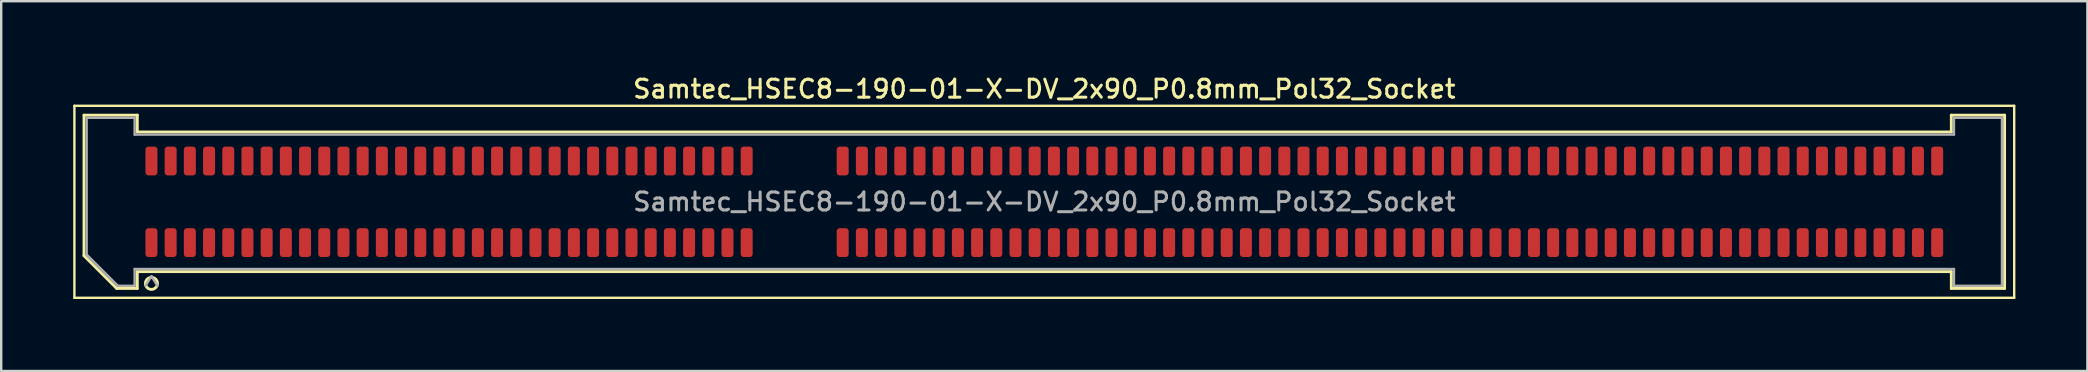
<source format=kicad_pcb>
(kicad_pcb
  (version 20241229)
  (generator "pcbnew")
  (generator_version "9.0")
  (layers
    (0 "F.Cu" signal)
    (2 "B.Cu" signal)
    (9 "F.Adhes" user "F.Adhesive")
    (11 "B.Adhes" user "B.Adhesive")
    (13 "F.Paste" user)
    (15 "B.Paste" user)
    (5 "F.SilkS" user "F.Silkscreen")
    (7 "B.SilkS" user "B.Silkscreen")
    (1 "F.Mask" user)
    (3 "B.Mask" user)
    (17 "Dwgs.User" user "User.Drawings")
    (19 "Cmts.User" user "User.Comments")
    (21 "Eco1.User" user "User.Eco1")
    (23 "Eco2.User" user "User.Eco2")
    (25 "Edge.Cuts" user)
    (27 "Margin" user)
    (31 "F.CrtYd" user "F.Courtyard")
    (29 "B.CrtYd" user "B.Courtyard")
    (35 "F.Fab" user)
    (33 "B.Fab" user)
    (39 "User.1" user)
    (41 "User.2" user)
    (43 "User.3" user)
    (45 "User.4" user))
  (footprint "Samtec_HSEC8-190-01-X-DV_2x90_P0.8mm_Pol32_Socket"
    (layer "F.Cu")
    (at 40.46 5.358)
    (property "Reference" "Samtec_HSEC8-190-01-X-DV_2x90_P0.8mm_Pol32_Socket" (at 0 -4.7 0) (layer "F.SilkS") (effects (font (size 0.75 0.75) (thickness 0.125))))
    (attr smd)
    (fp_line (start -40.41 -4) (end -40.41 4) (stroke (width 0.1) (type solid)) (layer "F.SilkS"))
    (fp_line (start -40.41 4) (end 40.41 4) (stroke (width 0.1) (type solid)) (layer "F.SilkS"))
    (fp_line (start -40.01 -3.61) (end -37.79 -3.61) (stroke (width 0.12) (type solid)) (layer "F.SilkS"))
    (fp_line (start -40.01 2.246) (end -40.01 -3.61) (stroke (width 0.12) (type solid)) (layer "F.SilkS"))
    (fp_line (start -38.646 3.61) (end -40.01 2.246) (stroke (width 0.12) (type solid)) (layer "F.SilkS"))
    (fp_line (start -37.79 -3.61) (end -37.79 -2.91) (stroke (width 0.12) (type solid)) (layer "F.SilkS"))
    (fp_line (start -37.79 -2.91) (end 37.79 -2.91) (stroke (width 0.12) (type solid)) (layer "F.SilkS"))
    (fp_line (start -37.79 2.91) (end -37.79 3.61) (stroke (width 0.12) (type solid)) (layer "F.SilkS"))
    (fp_line (start -37.79 3.61) (end -38.646 3.61) (stroke (width 0.12) (type solid)) (layer "F.SilkS"))
    (fp_line (start 37.79 -3.61) (end 40.01 -3.61) (stroke (width 0.12) (type solid)) (layer "F.SilkS"))
    (fp_line (start 37.79 -2.91) (end 37.79 -3.61) (stroke (width 0.12) (type solid)) (layer "F.SilkS"))
    (fp_line (start 37.79 2.91) (end -37.79 2.91) (stroke (width 0.12) (type solid)) (layer "F.SilkS"))
    (fp_line (start 37.79 3.61) (end 37.79 2.91) (stroke (width 0.12) (type solid)) (layer "F.SilkS"))
    (fp_line (start 40.01 -3.61) (end 40.01 3.61) (stroke (width 0.12) (type solid)) (layer "F.SilkS"))
    (fp_line (start 40.01 3.61) (end 37.79 3.61) (stroke (width 0.12) (type solid)) (layer "F.SilkS"))
    (fp_line (start 40.41 -4) (end -40.41 -4) (stroke (width 0.1) (type solid)) (layer "F.SilkS"))
    (fp_line (start 40.41 4) (end 40.41 -4) (stroke (width 0.1) (type solid)) (layer "F.SilkS"))
    (fp_arc (start -36.95 3.4) (mid -37.45 3.4) (end -36.95 3.4) (stroke (width 0.12) (type solid)) (layer "F.SilkS"))
    (fp_line (start -39.9 -3.5) (end -37.9 -3.5) (stroke (width 0.1) (type solid)) (layer "F.Fab"))
    (fp_line (start -39.9 2.2) (end -39.9 -3.5) (stroke (width 0.1) (type solid)) (layer "F.Fab"))
    (fp_line (start -38.6 3.5) (end -39.9 2.2) (stroke (width 0.1) (type solid)) (layer "F.Fab"))
    (fp_line (start -37.9 -3.5) (end -37.9 -2.8) (stroke (width 0.1) (type solid)) (layer "F.Fab"))
    (fp_line (start -37.9 -2.8) (end 37.9 -2.8) (stroke (width 0.1) (type solid)) (layer "F.Fab"))
    (fp_line (start -37.9 2.8) (end -37.9 3.5) (stroke (width 0.1) (type solid)) (layer "F.Fab"))
    (fp_line (start -37.9 3.5) (end -38.6 3.5) (stroke (width 0.1) (type solid)) (layer "F.Fab"))
    (fp_line (start -37.2 3.1) (end -37.45 3.5) (stroke (width 0.1) (type solid)) (layer "F.Fab"))
    (fp_line (start -37.2 3.1) (end -36.95 3.5) (stroke (width 0.1) (type solid)) (layer "F.Fab"))
    (fp_line (start 37.9 -3.5) (end 39.9 -3.5) (stroke (width 0.1) (type solid)) (layer "F.Fab"))
    (fp_line (start 37.9 -2.8) (end 37.9 -3.5) (stroke (width 0.1) (type solid)) (layer "F.Fab"))
    (fp_line (start 37.9 2.8) (end -37.9 2.8) (stroke (width 0.1) (type solid)) (layer "F.Fab"))
    (fp_line (start 37.9 3.5) (end 37.9 2.8) (stroke (width 0.1) (type solid)) (layer "F.Fab"))
    (fp_line (start 39.9 -3.5) (end 39.9 3.5) (stroke (width 0.1) (type solid)) (layer "F.Fab"))
    (fp_line (start 39.9 3.5) (end 37.9 3.5) (stroke (width 0.1) (type solid)) (layer "F.Fab"))
    (fp_text user "${REFERENCE}" (at 0 0 0) (layer "F.Fab") (effects (font (size 0.75 0.75) (thickness 0.125))))
    (pad "1" smd roundrect (at -37.2 1.7) (size 0.5 1.2) (layers "F.Cu" "F.Mask" "F.Paste") (roundrect_rratio 0.25))
    (pad "2" smd roundrect (at -37.2 -1.7) (size 0.5 1.2) (layers "F.Cu" "F.Mask" "F.Paste") (roundrect_rratio 0.25))
    (pad "3" smd roundrect (at -36.4 1.7) (size 0.5 1.2) (layers "F.Cu" "F.Mask" "F.Paste") (roundrect_rratio 0.25))
    (pad "4" smd roundrect (at -36.4 -1.7) (size 0.5 1.2) (layers "F.Cu" "F.Mask" "F.Paste") (roundrect_rratio 0.25))
    (pad "5" smd roundrect (at -35.6 1.7) (size 0.5 1.2) (layers "F.Cu" "F.Mask" "F.Paste") (roundrect_rratio 0.25))
    (pad "6" smd roundrect (at -35.6 -1.7) (size 0.5 1.2) (layers "F.Cu" "F.Mask" "F.Paste") (roundrect_rratio 0.25))
    (pad "7" smd roundrect (at -34.8 1.7) (size 0.5 1.2) (layers "F.Cu" "F.Mask" "F.Paste") (roundrect_rratio 0.25))
    (pad "8" smd roundrect (at -34.8 -1.7) (size 0.5 1.2) (layers "F.Cu" "F.Mask" "F.Paste") (roundrect_rratio 0.25))
    (pad "9" smd roundrect (at -34 1.7) (size 0.5 1.2) (layers "F.Cu" "F.Mask" "F.Paste") (roundrect_rratio 0.25))
    (pad "10" smd roundrect (at -34 -1.7) (size 0.5 1.2) (layers "F.Cu" "F.Mask" "F.Paste") (roundrect_rratio 0.25))
    (pad "11" smd roundrect (at -33.2 1.7) (size 0.5 1.2) (layers "F.Cu" "F.Mask" "F.Paste") (roundrect_rratio 0.25))
    (pad "12" smd roundrect (at -33.2 -1.7) (size 0.5 1.2) (layers "F.Cu" "F.Mask" "F.Paste") (roundrect_rratio 0.25))
    (pad "13" smd roundrect (at -32.4 1.7) (size 0.5 1.2) (layers "F.Cu" "F.Mask" "F.Paste") (roundrect_rratio 0.25))
    (pad "14" smd roundrect (at -32.4 -1.7) (size 0.5 1.2) (layers "F.Cu" "F.Mask" "F.Paste") (roundrect_rratio 0.25))
    (pad "15" smd roundrect (at -31.6 1.7) (size 0.5 1.2) (layers "F.Cu" "F.Mask" "F.Paste") (roundrect_rratio 0.25))
    (pad "16" smd roundrect (at -31.6 -1.7) (size 0.5 1.2) (layers "F.Cu" "F.Mask" "F.Paste") (roundrect_rratio 0.25))
    (pad "17" smd roundrect (at -30.8 1.7) (size 0.5 1.2) (layers "F.Cu" "F.Mask" "F.Paste") (roundrect_rratio 0.25))
    (pad "18" smd roundrect (at -30.8 -1.7) (size 0.5 1.2) (layers "F.Cu" "F.Mask" "F.Paste") (roundrect_rratio 0.25))
    (pad "19" smd roundrect (at -30 1.7) (size 0.5 1.2) (layers "F.Cu" "F.Mask" "F.Paste") (roundrect_rratio 0.25))
    (pad "20" smd roundrect (at -30 -1.7) (size 0.5 1.2) (layers "F.Cu" "F.Mask" "F.Paste") (roundrect_rratio 0.25))
    (pad "21" smd roundrect (at -29.2 1.7) (size 0.5 1.2) (layers "F.Cu" "F.Mask" "F.Paste") (roundrect_rratio 0.25))
    (pad "22" smd roundrect (at -29.2 -1.7) (size 0.5 1.2) (layers "F.Cu" "F.Mask" "F.Paste") (roundrect_rratio 0.25))
    (pad "23" smd roundrect (at -28.4 1.7) (size 0.5 1.2) (layers "F.Cu" "F.Mask" "F.Paste") (roundrect_rratio 0.25))
    (pad "24" smd roundrect (at -28.4 -1.7) (size 0.5 1.2) (layers "F.Cu" "F.Mask" "F.Paste") (roundrect_rratio 0.25))
    (pad "25" smd roundrect (at -27.6 1.7) (size 0.5 1.2) (layers "F.Cu" "F.Mask" "F.Paste") (roundrect_rratio 0.25))
    (pad "26" smd roundrect (at -27.6 -1.7) (size 0.5 1.2) (layers "F.Cu" "F.Mask" "F.Paste") (roundrect_rratio 0.25))
    (pad "27" smd roundrect (at -26.8 1.7) (size 0.5 1.2) (layers "F.Cu" "F.Mask" "F.Paste") (roundrect_rratio 0.25))
    (pad "28" smd roundrect (at -26.8 -1.7) (size 0.5 1.2) (layers "F.Cu" "F.Mask" "F.Paste") (roundrect_rratio 0.25))
    (pad "29" smd roundrect (at -26 1.7) (size 0.5 1.2) (layers "F.Cu" "F.Mask" "F.Paste") (roundrect_rratio 0.25))
    (pad "30" smd roundrect (at -26 -1.7) (size 0.5 1.2) (layers "F.Cu" "F.Mask" "F.Paste") (roundrect_rratio 0.25))
    (pad "31" smd roundrect (at -25.2 1.7) (size 0.5 1.2) (layers "F.Cu" "F.Mask" "F.Paste") (roundrect_rratio 0.25))
    (pad "32" smd roundrect (at -25.2 -1.7) (size 0.5 1.2) (layers "F.Cu" "F.Mask" "F.Paste") (roundrect_rratio 0.25))
    (pad "33" smd roundrect (at -24.4 1.7) (size 0.5 1.2) (layers "F.Cu" "F.Mask" "F.Paste") (roundrect_rratio 0.25))
    (pad "34" smd roundrect (at -24.4 -1.7) (size 0.5 1.2) (layers "F.Cu" "F.Mask" "F.Paste") (roundrect_rratio 0.25))
    (pad "35" smd roundrect (at -23.6 1.7) (size 0.5 1.2) (layers "F.Cu" "F.Mask" "F.Paste") (roundrect_rratio 0.25))
    (pad "36" smd roundrect (at -23.6 -1.7) (size 0.5 1.2) (layers "F.Cu" "F.Mask" "F.Paste") (roundrect_rratio 0.25))
    (pad "37" smd roundrect (at -22.8 1.7) (size 0.5 1.2) (layers "F.Cu" "F.Mask" "F.Paste") (roundrect_rratio 0.25))
    (pad "38" smd roundrect (at -22.8 -1.7) (size 0.5 1.2) (layers "F.Cu" "F.Mask" "F.Paste") (roundrect_rratio 0.25))
    (pad "39" smd roundrect (at -22 1.7) (size 0.5 1.2) (layers "F.Cu" "F.Mask" "F.Paste") (roundrect_rratio 0.25))
    (pad "40" smd roundrect (at -22 -1.7) (size 0.5 1.2) (layers "F.Cu" "F.Mask" "F.Paste") (roundrect_rratio 0.25))
    (pad "41" smd roundrect (at -21.2 1.7) (size 0.5 1.2) (layers "F.Cu" "F.Mask" "F.Paste") (roundrect_rratio 0.25))
    (pad "42" smd roundrect (at -21.2 -1.7) (size 0.5 1.2) (layers "F.Cu" "F.Mask" "F.Paste") (roundrect_rratio 0.25))
    (pad "43" smd roundrect (at -20.4 1.7) (size 0.5 1.2) (layers "F.Cu" "F.Mask" "F.Paste") (roundrect_rratio 0.25))
    (pad "44" smd roundrect (at -20.4 -1.7) (size 0.5 1.2) (layers "F.Cu" "F.Mask" "F.Paste") (roundrect_rratio 0.25))
    (pad "45" smd roundrect (at -19.6 1.7) (size 0.5 1.2) (layers "F.Cu" "F.Mask" "F.Paste") (roundrect_rratio 0.25))
    (pad "46" smd roundrect (at -19.6 -1.7) (size 0.5 1.2) (layers "F.Cu" "F.Mask" "F.Paste") (roundrect_rratio 0.25))
    (pad "47" smd roundrect (at -18.8 1.7) (size 0.5 1.2) (layers "F.Cu" "F.Mask" "F.Paste") (roundrect_rratio 0.25))
    (pad "48" smd roundrect (at -18.8 -1.7) (size 0.5 1.2) (layers "F.Cu" "F.Mask" "F.Paste") (roundrect_rratio 0.25))
    (pad "49" smd roundrect (at -18 1.7) (size 0.5 1.2) (layers "F.Cu" "F.Mask" "F.Paste") (roundrect_rratio 0.25))
    (pad "50" smd roundrect (at -18 -1.7) (size 0.5 1.2) (layers "F.Cu" "F.Mask" "F.Paste") (roundrect_rratio 0.25))
    (pad "51" smd roundrect (at -17.2 1.7) (size 0.5 1.2) (layers "F.Cu" "F.Mask" "F.Paste") (roundrect_rratio 0.25))
    (pad "52" smd roundrect (at -17.2 -1.7) (size 0.5 1.2) (layers "F.Cu" "F.Mask" "F.Paste") (roundrect_rratio 0.25))
    (pad "53" smd roundrect (at -16.4 1.7) (size 0.5 1.2) (layers "F.Cu" "F.Mask" "F.Paste") (roundrect_rratio 0.25))
    (pad "54" smd roundrect (at -16.4 -1.7) (size 0.5 1.2) (layers "F.Cu" "F.Mask" "F.Paste") (roundrect_rratio 0.25))
    (pad "55" smd roundrect (at -15.6 1.7) (size 0.5 1.2) (layers "F.Cu" "F.Mask" "F.Paste") (roundrect_rratio 0.25))
    (pad "56" smd roundrect (at -15.6 -1.7) (size 0.5 1.2) (layers "F.Cu" "F.Mask" "F.Paste") (roundrect_rratio 0.25))
    (pad "57" smd roundrect (at -14.8 1.7) (size 0.5 1.2) (layers "F.Cu" "F.Mask" "F.Paste") (roundrect_rratio 0.25))
    (pad "58" smd roundrect (at -14.8 -1.7) (size 0.5 1.2) (layers "F.Cu" "F.Mask" "F.Paste") (roundrect_rratio 0.25))
    (pad "59" smd roundrect (at -14 1.7) (size 0.5 1.2) (layers "F.Cu" "F.Mask" "F.Paste") (roundrect_rratio 0.25))
    (pad "60" smd roundrect (at -14 -1.7) (size 0.5 1.2) (layers "F.Cu" "F.Mask" "F.Paste") (roundrect_rratio 0.25))
    (pad "61" smd roundrect (at -13.2 1.7) (size 0.5 1.2) (layers "F.Cu" "F.Mask" "F.Paste") (roundrect_rratio 0.25))
    (pad "62" smd roundrect (at -13.2 -1.7) (size 0.5 1.2) (layers "F.Cu" "F.Mask" "F.Paste") (roundrect_rratio 0.25))
    (pad "63" smd roundrect (at -12.4 1.7) (size 0.5 1.2) (layers "F.Cu" "F.Mask" "F.Paste") (roundrect_rratio 0.25))
    (pad "64" smd roundrect (at -12.4 -1.7) (size 0.5 1.2) (layers "F.Cu" "F.Mask" "F.Paste") (roundrect_rratio 0.25))
    (pad "65" smd roundrect (at -8.4 1.7) (size 0.5 1.2) (layers "F.Cu" "F.Mask" "F.Paste") (roundrect_rratio 0.25))
    (pad "66" smd roundrect (at -8.4 -1.7) (size 0.5 1.2) (layers "F.Cu" "F.Mask" "F.Paste") (roundrect_rratio 0.25))
    (pad "67" smd roundrect (at -7.6 1.7) (size 0.5 1.2) (layers "F.Cu" "F.Mask" "F.Paste") (roundrect_rratio 0.25))
    (pad "68" smd roundrect (at -7.6 -1.7) (size 0.5 1.2) (layers "F.Cu" "F.Mask" "F.Paste") (roundrect_rratio 0.25))
    (pad "69" smd roundrect (at -6.8 1.7) (size 0.5 1.2) (layers "F.Cu" "F.Mask" "F.Paste") (roundrect_rratio 0.25))
    (pad "70" smd roundrect (at -6.8 -1.7) (size 0.5 1.2) (layers "F.Cu" "F.Mask" "F.Paste") (roundrect_rratio 0.25))
    (pad "71" smd roundrect (at -6 1.7) (size 0.5 1.2) (layers "F.Cu" "F.Mask" "F.Paste") (roundrect_rratio 0.25))
    (pad "72" smd roundrect (at -6 -1.7) (size 0.5 1.2) (layers "F.Cu" "F.Mask" "F.Paste") (roundrect_rratio 0.25))
    (pad "73" smd roundrect (at -5.2 1.7) (size 0.5 1.2) (layers "F.Cu" "F.Mask" "F.Paste") (roundrect_rratio 0.25))
    (pad "74" smd roundrect (at -5.2 -1.7) (size 0.5 1.2) (layers "F.Cu" "F.Mask" "F.Paste") (roundrect_rratio 0.25))
    (pad "75" smd roundrect (at -4.4 1.7) (size 0.5 1.2) (layers "F.Cu" "F.Mask" "F.Paste") (roundrect_rratio 0.25))
    (pad "76" smd roundrect (at -4.4 -1.7) (size 0.5 1.2) (layers "F.Cu" "F.Mask" "F.Paste") (roundrect_rratio 0.25))
    (pad "77" smd roundrect (at -3.6 1.7) (size 0.5 1.2) (layers "F.Cu" "F.Mask" "F.Paste") (roundrect_rratio 0.25))
    (pad "78" smd roundrect (at -3.6 -1.7) (size 0.5 1.2) (layers "F.Cu" "F.Mask" "F.Paste") (roundrect_rratio 0.25))
    (pad "79" smd roundrect (at -2.8 1.7) (size 0.5 1.2) (layers "F.Cu" "F.Mask" "F.Paste") (roundrect_rratio 0.25))
    (pad "80" smd roundrect (at -2.8 -1.7) (size 0.5 1.2) (layers "F.Cu" "F.Mask" "F.Paste") (roundrect_rratio 0.25))
    (pad "81" smd roundrect (at -2 1.7) (size 0.5 1.2) (layers "F.Cu" "F.Mask" "F.Paste") (roundrect_rratio 0.25))
    (pad "82" smd roundrect (at -2 -1.7) (size 0.5 1.2) (layers "F.Cu" "F.Mask" "F.Paste") (roundrect_rratio 0.25))
    (pad "83" smd roundrect (at -1.2 1.7) (size 0.5 1.2) (layers "F.Cu" "F.Mask" "F.Paste") (roundrect_rratio 0.25))
    (pad "84" smd roundrect (at -1.2 -1.7) (size 0.5 1.2) (layers "F.Cu" "F.Mask" "F.Paste") (roundrect_rratio 0.25))
    (pad "85" smd roundrect (at -0.4 1.7) (size 0.5 1.2) (layers "F.Cu" "F.Mask" "F.Paste") (roundrect_rratio 0.25))
    (pad "86" smd roundrect (at -0.4 -1.7) (size 0.5 1.2) (layers "F.Cu" "F.Mask" "F.Paste") (roundrect_rratio 0.25))
    (pad "87" smd roundrect (at 0.4 1.7) (size 0.5 1.2) (layers "F.Cu" "F.Mask" "F.Paste") (roundrect_rratio 0.25))
    (pad "88" smd roundrect (at 0.4 -1.7) (size 0.5 1.2) (layers "F.Cu" "F.Mask" "F.Paste") (roundrect_rratio 0.25))
    (pad "89" smd roundrect (at 1.2 1.7) (size 0.5 1.2) (layers "F.Cu" "F.Mask" "F.Paste") (roundrect_rratio 0.25))
    (pad "90" smd roundrect (at 1.2 -1.7) (size 0.5 1.2) (layers "F.Cu" "F.Mask" "F.Paste") (roundrect_rratio 0.25))
    (pad "91" smd roundrect (at 2 1.7) (size 0.5 1.2) (layers "F.Cu" "F.Mask" "F.Paste") (roundrect_rratio 0.25))
    (pad "92" smd roundrect (at 2 -1.7) (size 0.5 1.2) (layers "F.Cu" "F.Mask" "F.Paste") (roundrect_rratio 0.25))
    (pad "93" smd roundrect (at 2.8 1.7) (size 0.5 1.2) (layers "F.Cu" "F.Mask" "F.Paste") (roundrect_rratio 0.25))
    (pad "94" smd roundrect (at 2.8 -1.7) (size 0.5 1.2) (layers "F.Cu" "F.Mask" "F.Paste") (roundrect_rratio 0.25))
    (pad "95" smd roundrect (at 3.6 1.7) (size 0.5 1.2) (layers "F.Cu" "F.Mask" "F.Paste") (roundrect_rratio 0.25))
    (pad "96" smd roundrect (at 3.6 -1.7) (size 0.5 1.2) (layers "F.Cu" "F.Mask" "F.Paste") (roundrect_rratio 0.25))
    (pad "97" smd roundrect (at 4.4 1.7) (size 0.5 1.2) (layers "F.Cu" "F.Mask" "F.Paste") (roundrect_rratio 0.25))
    (pad "98" smd roundrect (at 4.4 -1.7) (size 0.5 1.2) (layers "F.Cu" "F.Mask" "F.Paste") (roundrect_rratio 0.25))
    (pad "99" smd roundrect (at 5.2 1.7) (size 0.5 1.2) (layers "F.Cu" "F.Mask" "F.Paste") (roundrect_rratio 0.25))
    (pad "100" smd roundrect (at 5.2 -1.7) (size 0.5 1.2) (layers "F.Cu" "F.Mask" "F.Paste") (roundrect_rratio 0.25))
    (pad "101" smd roundrect (at 6 1.7) (size 0.5 1.2) (layers "F.Cu" "F.Mask" "F.Paste") (roundrect_rratio 0.25))
    (pad "102" smd roundrect (at 6 -1.7) (size 0.5 1.2) (layers "F.Cu" "F.Mask" "F.Paste") (roundrect_rratio 0.25))
    (pad "103" smd roundrect (at 6.8 1.7) (size 0.5 1.2) (layers "F.Cu" "F.Mask" "F.Paste") (roundrect_rratio 0.25))
    (pad "104" smd roundrect (at 6.8 -1.7) (size 0.5 1.2) (layers "F.Cu" "F.Mask" "F.Paste") (roundrect_rratio 0.25))
    (pad "105" smd roundrect (at 7.6 1.7) (size 0.5 1.2) (layers "F.Cu" "F.Mask" "F.Paste") (roundrect_rratio 0.25))
    (pad "106" smd roundrect (at 7.6 -1.7) (size 0.5 1.2) (layers "F.Cu" "F.Mask" "F.Paste") (roundrect_rratio 0.25))
    (pad "107" smd roundrect (at 8.4 1.7) (size 0.5 1.2) (layers "F.Cu" "F.Mask" "F.Paste") (roundrect_rratio 0.25))
    (pad "108" smd roundrect (at 8.4 -1.7) (size 0.5 1.2) (layers "F.Cu" "F.Mask" "F.Paste") (roundrect_rratio 0.25))
    (pad "109" smd roundrect (at 9.2 1.7) (size 0.5 1.2) (layers "F.Cu" "F.Mask" "F.Paste") (roundrect_rratio 0.25))
    (pad "110" smd roundrect (at 9.2 -1.7) (size 0.5 1.2) (layers "F.Cu" "F.Mask" "F.Paste") (roundrect_rratio 0.25))
    (pad "111" smd roundrect (at 10 1.7) (size 0.5 1.2) (layers "F.Cu" "F.Mask" "F.Paste") (roundrect_rratio 0.25))
    (pad "112" smd roundrect (at 10 -1.7) (size 0.5 1.2) (layers "F.Cu" "F.Mask" "F.Paste") (roundrect_rratio 0.25))
    (pad "113" smd roundrect (at 10.8 1.7) (size 0.5 1.2) (layers "F.Cu" "F.Mask" "F.Paste") (roundrect_rratio 0.25))
    (pad "114" smd roundrect (at 10.8 -1.7) (size 0.5 1.2) (layers "F.Cu" "F.Mask" "F.Paste") (roundrect_rratio 0.25))
    (pad "115" smd roundrect (at 11.6 1.7) (size 0.5 1.2) (layers "F.Cu" "F.Mask" "F.Paste") (roundrect_rratio 0.25))
    (pad "116" smd roundrect (at 11.6 -1.7) (size 0.5 1.2) (layers "F.Cu" "F.Mask" "F.Paste") (roundrect_rratio 0.25))
    (pad "117" smd roundrect (at 12.4 1.7) (size 0.5 1.2) (layers "F.Cu" "F.Mask" "F.Paste") (roundrect_rratio 0.25))
    (pad "118" smd roundrect (at 12.4 -1.7) (size 0.5 1.2) (layers "F.Cu" "F.Mask" "F.Paste") (roundrect_rratio 0.25))
    (pad "119" smd roundrect (at 13.2 1.7) (size 0.5 1.2) (layers "F.Cu" "F.Mask" "F.Paste") (roundrect_rratio 0.25))
    (pad "120" smd roundrect (at 13.2 -1.7) (size 0.5 1.2) (layers "F.Cu" "F.Mask" "F.Paste") (roundrect_rratio 0.25))
    (pad "121" smd roundrect (at 14 1.7) (size 0.5 1.2) (layers "F.Cu" "F.Mask" "F.Paste") (roundrect_rratio 0.25))
    (pad "122" smd roundrect (at 14 -1.7) (size 0.5 1.2) (layers "F.Cu" "F.Mask" "F.Paste") (roundrect_rratio 0.25))
    (pad "123" smd roundrect (at 14.8 1.7) (size 0.5 1.2) (layers "F.Cu" "F.Mask" "F.Paste") (roundrect_rratio 0.25))
    (pad "124" smd roundrect (at 14.8 -1.7) (size 0.5 1.2) (layers "F.Cu" "F.Mask" "F.Paste") (roundrect_rratio 0.25))
    (pad "125" smd roundrect (at 15.6 1.7) (size 0.5 1.2) (layers "F.Cu" "F.Mask" "F.Paste") (roundrect_rratio 0.25))
    (pad "126" smd roundrect (at 15.6 -1.7) (size 0.5 1.2) (layers "F.Cu" "F.Mask" "F.Paste") (roundrect_rratio 0.25))
    (pad "127" smd roundrect (at 16.4 1.7) (size 0.5 1.2) (layers "F.Cu" "F.Mask" "F.Paste") (roundrect_rratio 0.25))
    (pad "128" smd roundrect (at 16.4 -1.7) (size 0.5 1.2) (layers "F.Cu" "F.Mask" "F.Paste") (roundrect_rratio 0.25))
    (pad "129" smd roundrect (at 17.2 1.7) (size 0.5 1.2) (layers "F.Cu" "F.Mask" "F.Paste") (roundrect_rratio 0.25))
    (pad "130" smd roundrect (at 17.2 -1.7) (size 0.5 1.2) (layers "F.Cu" "F.Mask" "F.Paste") (roundrect_rratio 0.25))
    (pad "131" smd roundrect (at 18 1.7) (size 0.5 1.2) (layers "F.Cu" "F.Mask" "F.Paste") (roundrect_rratio 0.25))
    (pad "132" smd roundrect (at 18 -1.7) (size 0.5 1.2) (layers "F.Cu" "F.Mask" "F.Paste") (roundrect_rratio 0.25))
    (pad "133" smd roundrect (at 18.8 1.7) (size 0.5 1.2) (layers "F.Cu" "F.Mask" "F.Paste") (roundrect_rratio 0.25))
    (pad "134" smd roundrect (at 18.8 -1.7) (size 0.5 1.2) (layers "F.Cu" "F.Mask" "F.Paste") (roundrect_rratio 0.25))
    (pad "135" smd roundrect (at 19.6 1.7) (size 0.5 1.2) (layers "F.Cu" "F.Mask" "F.Paste") (roundrect_rratio 0.25))
    (pad "136" smd roundrect (at 19.6 -1.7) (size 0.5 1.2) (layers "F.Cu" "F.Mask" "F.Paste") (roundrect_rratio 0.25))
    (pad "137" smd roundrect (at 20.4 1.7) (size 0.5 1.2) (layers "F.Cu" "F.Mask" "F.Paste") (roundrect_rratio 0.25))
    (pad "138" smd roundrect (at 20.4 -1.7) (size 0.5 1.2) (layers "F.Cu" "F.Mask" "F.Paste") (roundrect_rratio 0.25))
    (pad "139" smd roundrect (at 21.2 1.7) (size 0.5 1.2) (layers "F.Cu" "F.Mask" "F.Paste") (roundrect_rratio 0.25))
    (pad "140" smd roundrect (at 21.2 -1.7) (size 0.5 1.2) (layers "F.Cu" "F.Mask" "F.Paste") (roundrect_rratio 0.25))
    (pad "141" smd roundrect (at 22 1.7) (size 0.5 1.2) (layers "F.Cu" "F.Mask" "F.Paste") (roundrect_rratio 0.25))
    (pad "142" smd roundrect (at 22 -1.7) (size 0.5 1.2) (layers "F.Cu" "F.Mask" "F.Paste") (roundrect_rratio 0.25))
    (pad "143" smd roundrect (at 22.8 1.7) (size 0.5 1.2) (layers "F.Cu" "F.Mask" "F.Paste") (roundrect_rratio 0.25))
    (pad "144" smd roundrect (at 22.8 -1.7) (size 0.5 1.2) (layers "F.Cu" "F.Mask" "F.Paste") (roundrect_rratio 0.25))
    (pad "145" smd roundrect (at 23.6 1.7) (size 0.5 1.2) (layers "F.Cu" "F.Mask" "F.Paste") (roundrect_rratio 0.25))
    (pad "146" smd roundrect (at 23.6 -1.7) (size 0.5 1.2) (layers "F.Cu" "F.Mask" "F.Paste") (roundrect_rratio 0.25))
    (pad "147" smd roundrect (at 24.4 1.7) (size 0.5 1.2) (layers "F.Cu" "F.Mask" "F.Paste") (roundrect_rratio 0.25))
    (pad "148" smd roundrect (at 24.4 -1.7) (size 0.5 1.2) (layers "F.Cu" "F.Mask" "F.Paste") (roundrect_rratio 0.25))
    (pad "149" smd roundrect (at 25.2 1.7) (size 0.5 1.2) (layers "F.Cu" "F.Mask" "F.Paste") (roundrect_rratio 0.25))
    (pad "150" smd roundrect (at 25.2 -1.7) (size 0.5 1.2) (layers "F.Cu" "F.Mask" "F.Paste") (roundrect_rratio 0.25))
    (pad "151" smd roundrect (at 26 1.7) (size 0.5 1.2) (layers "F.Cu" "F.Mask" "F.Paste") (roundrect_rratio 0.25))
    (pad "152" smd roundrect (at 26 -1.7) (size 0.5 1.2) (layers "F.Cu" "F.Mask" "F.Paste") (roundrect_rratio 0.25))
    (pad "153" smd roundrect (at 26.8 1.7) (size 0.5 1.2) (layers "F.Cu" "F.Mask" "F.Paste") (roundrect_rratio 0.25))
    (pad "154" smd roundrect (at 26.8 -1.7) (size 0.5 1.2) (layers "F.Cu" "F.Mask" "F.Paste") (roundrect_rratio 0.25))
    (pad "155" smd roundrect (at 27.6 1.7) (size 0.5 1.2) (layers "F.Cu" "F.Mask" "F.Paste") (roundrect_rratio 0.25))
    (pad "156" smd roundrect (at 27.6 -1.7) (size 0.5 1.2) (layers "F.Cu" "F.Mask" "F.Paste") (roundrect_rratio 0.25))
    (pad "157" smd roundrect (at 28.4 1.7) (size 0.5 1.2) (layers "F.Cu" "F.Mask" "F.Paste") (roundrect_rratio 0.25))
    (pad "158" smd roundrect (at 28.4 -1.7) (size 0.5 1.2) (layers "F.Cu" "F.Mask" "F.Paste") (roundrect_rratio 0.25))
    (pad "159" smd roundrect (at 29.2 1.7) (size 0.5 1.2) (layers "F.Cu" "F.Mask" "F.Paste") (roundrect_rratio 0.25))
    (pad "160" smd roundrect (at 29.2 -1.7) (size 0.5 1.2) (layers "F.Cu" "F.Mask" "F.Paste") (roundrect_rratio 0.25))
    (pad "161" smd roundrect (at 30 1.7) (size 0.5 1.2) (layers "F.Cu" "F.Mask" "F.Paste") (roundrect_rratio 0.25))
    (pad "162" smd roundrect (at 30 -1.7) (size 0.5 1.2) (layers "F.Cu" "F.Mask" "F.Paste") (roundrect_rratio 0.25))
    (pad "163" smd roundrect (at 30.8 1.7) (size 0.5 1.2) (layers "F.Cu" "F.Mask" "F.Paste") (roundrect_rratio 0.25))
    (pad "164" smd roundrect (at 30.8 -1.7) (size 0.5 1.2) (layers "F.Cu" "F.Mask" "F.Paste") (roundrect_rratio 0.25))
    (pad "165" smd roundrect (at 31.6 1.7) (size 0.5 1.2) (layers "F.Cu" "F.Mask" "F.Paste") (roundrect_rratio 0.25))
    (pad "166" smd roundrect (at 31.6 -1.7) (size 0.5 1.2) (layers "F.Cu" "F.Mask" "F.Paste") (roundrect_rratio 0.25))
    (pad "167" smd roundrect (at 32.4 1.7) (size 0.5 1.2) (layers "F.Cu" "F.Mask" "F.Paste") (roundrect_rratio 0.25))
    (pad "168" smd roundrect (at 32.4 -1.7) (size 0.5 1.2) (layers "F.Cu" "F.Mask" "F.Paste") (roundrect_rratio 0.25))
    (pad "169" smd roundrect (at 33.2 1.7) (size 0.5 1.2) (layers "F.Cu" "F.Mask" "F.Paste") (roundrect_rratio 0.25))
    (pad "170" smd roundrect (at 33.2 -1.7) (size 0.5 1.2) (layers "F.Cu" "F.Mask" "F.Paste") (roundrect_rratio 0.25))
    (pad "171" smd roundrect (at 34 1.7) (size 0.5 1.2) (layers "F.Cu" "F.Mask" "F.Paste") (roundrect_rratio 0.25))
    (pad "172" smd roundrect (at 34 -1.7) (size 0.5 1.2) (layers "F.Cu" "F.Mask" "F.Paste") (roundrect_rratio 0.25))
    (pad "173" smd roundrect (at 34.8 1.7) (size 0.5 1.2) (layers "F.Cu" "F.Mask" "F.Paste") (roundrect_rratio 0.25))
    (pad "174" smd roundrect (at 34.8 -1.7) (size 0.5 1.2) (layers "F.Cu" "F.Mask" "F.Paste") (roundrect_rratio 0.25))
    (pad "175" smd roundrect (at 35.6 1.7) (size 0.5 1.2) (layers "F.Cu" "F.Mask" "F.Paste") (roundrect_rratio 0.25))
    (pad "176" smd roundrect (at 35.6 -1.7) (size 0.5 1.2) (layers "F.Cu" "F.Mask" "F.Paste") (roundrect_rratio 0.25))
    (pad "177" smd roundrect (at 36.4 1.7) (size 0.5 1.2) (layers "F.Cu" "F.Mask" "F.Paste") (roundrect_rratio 0.25))
    (pad "178" smd roundrect (at 36.4 -1.7) (size 0.5 1.2) (layers "F.Cu" "F.Mask" "F.Paste") (roundrect_rratio 0.25))
    (pad "179" smd roundrect (at 37.2 1.7) (size 0.5 1.2) (layers "F.Cu" "F.Mask" "F.Paste") (roundrect_rratio 0.25))
    (pad "180" smd roundrect (at 37.2 -1.7) (size 0.5 1.2) (layers "F.Cu" "F.Mask" "F.Paste") (roundrect_rratio 0.25)))
  (gr_rect
    (start -3 -3)
    (end 83.92 12.408)
    (stroke (width 0.1) (type default))
    (fill no)
    (layer "Edge.Cuts")))
</source>
